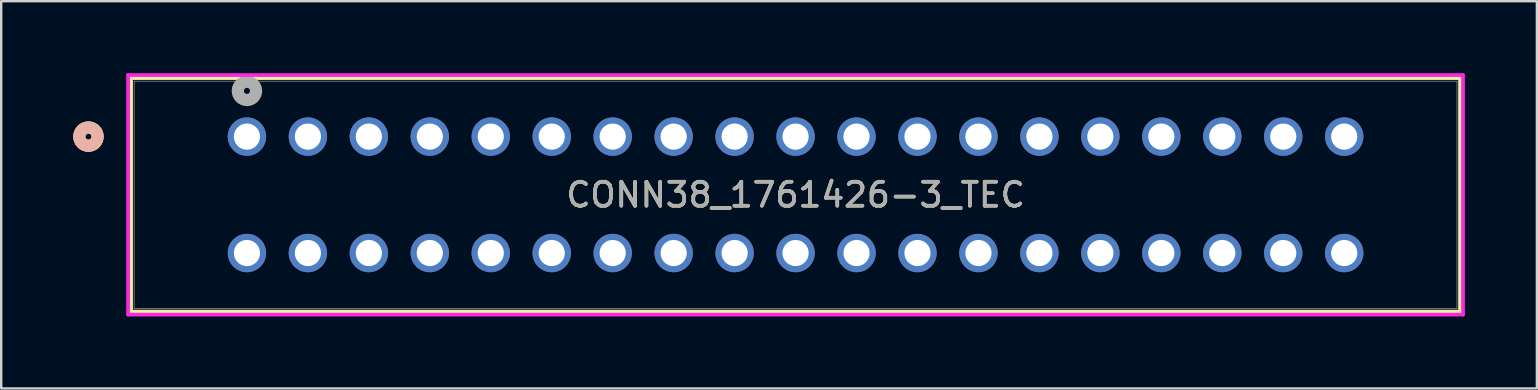
<source format=kicad_pcb>
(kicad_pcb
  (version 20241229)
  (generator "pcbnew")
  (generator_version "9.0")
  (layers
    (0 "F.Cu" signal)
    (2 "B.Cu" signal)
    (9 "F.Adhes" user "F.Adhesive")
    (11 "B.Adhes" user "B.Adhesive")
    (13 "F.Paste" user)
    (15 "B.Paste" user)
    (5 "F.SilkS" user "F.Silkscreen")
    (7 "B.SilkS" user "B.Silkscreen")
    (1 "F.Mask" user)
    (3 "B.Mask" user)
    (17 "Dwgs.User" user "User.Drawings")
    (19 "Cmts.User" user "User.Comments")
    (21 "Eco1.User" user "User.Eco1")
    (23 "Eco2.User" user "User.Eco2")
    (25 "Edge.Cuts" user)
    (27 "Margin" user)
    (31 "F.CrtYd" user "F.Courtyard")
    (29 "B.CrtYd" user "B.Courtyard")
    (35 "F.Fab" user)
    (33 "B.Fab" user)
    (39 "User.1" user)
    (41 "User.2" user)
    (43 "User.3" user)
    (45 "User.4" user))
  (footprint "CONN38_1761426-3_TEC"
    (layer "F.Cu")
    (at 7.239 2.642)
    (property "Reference" "CONN38_1761426-3_TEC" (at 22.86 2.426 0) (unlocked yes) (layer "F.SilkS") (effects (font (size 1 1) (thickness 0.15))))
    (attr through_hole)
    (fp_line (start -4.826 -2.438) (end -4.826 7.29) (stroke (width 0.152) (type solid)) (layer "F.SilkS"))
    (fp_line (start -4.826 7.29) (end 50.546 7.29) (stroke (width 0.152) (type solid)) (layer "F.SilkS"))
    (fp_line (start 50.546 -2.438) (end -4.826 -2.438) (stroke (width 0.152) (type solid)) (layer "F.SilkS"))
    (fp_line (start 50.546 7.29) (end 50.546 -2.438) (stroke (width 0.152) (type solid)) (layer "F.SilkS"))
    (fp_circle (center -6.604 0) (end -6.223 0) (stroke (width 0.508) (type solid)) (fill no) (layer "F.SilkS"))
    (fp_circle (center -6.604 0) (end -6.223 0) (stroke (width 0.508) (type solid)) (fill no) (layer "B.SilkS"))
    (fp_line (start -4.953 -2.565) (end -4.953 7.417) (stroke (width 0.152) (type solid)) (layer "F.CrtYd"))
    (fp_line (start -4.953 7.417) (end 50.673 7.417) (stroke (width 0.152) (type solid)) (layer "F.CrtYd"))
    (fp_line (start 50.673 -2.565) (end -4.953 -2.565) (stroke (width 0.152) (type solid)) (layer "F.CrtYd"))
    (fp_line (start 50.673 7.417) (end 50.673 -2.565) (stroke (width 0.152) (type solid)) (layer "F.CrtYd"))
    (fp_line (start -4.699 -2.311) (end -4.699 7.163) (stroke (width 0.025) (type solid)) (layer "F.Fab"))
    (fp_line (start -4.699 7.163) (end 50.419 7.163) (stroke (width 0.025) (type solid)) (layer "F.Fab"))
    (fp_line (start 50.419 -2.311) (end -4.699 -2.311) (stroke (width 0.025) (type solid)) (layer "F.Fab"))
    (fp_line (start 50.419 7.163) (end 50.419 -2.311) (stroke (width 0.025) (type solid)) (layer "F.Fab"))
    (fp_circle (center 0 -1.905) (end 0.381 -1.905) (stroke (width 0.508) (type solid)) (fill no) (layer "F.Fab"))
    (fp_text user "${REFERENCE}" (at 22.86 2.426 0) (unlocked yes) (layer "F.Fab") (effects (font (size 1 1) (thickness 0.15))))
    (pad "1" thru_hole circle (at 0 0) (size 1.6 1.6) (drill 1.092) (layers "*.Cu" "*.Mask"))
    (pad "2" thru_hole circle (at 2.54 0) (size 1.6 1.6) (drill 1.092) (layers "*.Cu" "*.Mask"))
    (pad "3" thru_hole circle (at 5.08 0) (size 1.6 1.6) (drill 1.092) (layers "*.Cu" "*.Mask"))
    (pad "4" thru_hole circle (at 7.62 0) (size 1.6 1.6) (drill 1.092) (layers "*.Cu" "*.Mask"))
    (pad "5" thru_hole circle (at 10.16 0) (size 1.6 1.6) (drill 1.092) (layers "*.Cu" "*.Mask"))
    (pad "6" thru_hole circle (at 12.7 0) (size 1.6 1.6) (drill 1.092) (layers "*.Cu" "*.Mask"))
    (pad "7" thru_hole circle (at 15.24 0) (size 1.6 1.6) (drill 1.092) (layers "*.Cu" "*.Mask"))
    (pad "8" thru_hole circle (at 17.78 0) (size 1.6 1.6) (drill 1.092) (layers "*.Cu" "*.Mask"))
    (pad "9" thru_hole circle (at 20.32 0) (size 1.6 1.6) (drill 1.092) (layers "*.Cu" "*.Mask"))
    (pad "10" thru_hole circle (at 22.86 0) (size 1.6 1.6) (drill 1.092) (layers "*.Cu" "*.Mask"))
    (pad "11" thru_hole circle (at 25.4 0) (size 1.6 1.6) (drill 1.092) (layers "*.Cu" "*.Mask"))
    (pad "12" thru_hole circle (at 27.94 0) (size 1.6 1.6) (drill 1.092) (layers "*.Cu" "*.Mask"))
    (pad "13" thru_hole circle (at 30.48 0) (size 1.6 1.6) (drill 1.092) (layers "*.Cu" "*.Mask"))
    (pad "14" thru_hole circle (at 33.02 0) (size 1.6 1.6) (drill 1.092) (layers "*.Cu" "*.Mask"))
    (pad "15" thru_hole circle (at 35.56 0) (size 1.6 1.6) (drill 1.092) (layers "*.Cu" "*.Mask"))
    (pad "16" thru_hole circle (at 38.1 0) (size 1.6 1.6) (drill 1.092) (layers "*.Cu" "*.Mask"))
    (pad "17" thru_hole circle (at 40.64 0) (size 1.6 1.6) (drill 1.092) (layers "*.Cu" "*.Mask"))
    (pad "18" thru_hole circle (at 43.18 0) (size 1.6 1.6) (drill 1.092) (layers "*.Cu" "*.Mask"))
    (pad "19" thru_hole circle (at 45.72 0) (size 1.6 1.6) (drill 1.092) (layers "*.Cu" "*.Mask"))
    (pad "20" thru_hole circle (at 0 4.851) (size 1.6 1.6) (drill 1.092) (layers "*.Cu" "*.Mask"))
    (pad "21" thru_hole circle (at 2.54 4.851) (size 1.6 1.6) (drill 1.092) (layers "*.Cu" "*.Mask"))
    (pad "22" thru_hole circle (at 5.08 4.851) (size 1.6 1.6) (drill 1.092) (layers "*.Cu" "*.Mask"))
    (pad "23" thru_hole circle (at 7.62 4.851) (size 1.6 1.6) (drill 1.092) (layers "*.Cu" "*.Mask"))
    (pad "24" thru_hole circle (at 10.16 4.851) (size 1.6 1.6) (drill 1.092) (layers "*.Cu" "*.Mask"))
    (pad "25" thru_hole circle (at 12.7 4.851) (size 1.6 1.6) (drill 1.092) (layers "*.Cu" "*.Mask"))
    (pad "26" thru_hole circle (at 15.24 4.851) (size 1.6 1.6) (drill 1.092) (layers "*.Cu" "*.Mask"))
    (pad "27" thru_hole circle (at 17.78 4.851) (size 1.6 1.6) (drill 1.092) (layers "*.Cu" "*.Mask"))
    (pad "28" thru_hole circle (at 20.32 4.851) (size 1.6 1.6) (drill 1.092) (layers "*.Cu" "*.Mask"))
    (pad "29" thru_hole circle (at 22.86 4.851) (size 1.6 1.6) (drill 1.092) (layers "*.Cu" "*.Mask"))
    (pad "30" thru_hole circle (at 25.4 4.851) (size 1.6 1.6) (drill 1.092) (layers "*.Cu" "*.Mask"))
    (pad "31" thru_hole circle (at 27.94 4.851) (size 1.6 1.6) (drill 1.092) (layers "*.Cu" "*.Mask"))
    (pad "32" thru_hole circle (at 30.48 4.851) (size 1.6 1.6) (drill 1.092) (layers "*.Cu" "*.Mask"))
    (pad "33" thru_hole circle (at 33.02 4.851) (size 1.6 1.6) (drill 1.092) (layers "*.Cu" "*.Mask"))
    (pad "34" thru_hole circle (at 35.56 4.851) (size 1.6 1.6) (drill 1.092) (layers "*.Cu" "*.Mask"))
    (pad "35" thru_hole circle (at 38.1 4.851) (size 1.6 1.6) (drill 1.092) (layers "*.Cu" "*.Mask"))
    (pad "36" thru_hole circle (at 40.64 4.851) (size 1.6 1.6) (drill 1.092) (layers "*.Cu" "*.Mask"))
    (pad "37" thru_hole circle (at 43.18 4.851) (size 1.6 1.6) (drill 1.092) (layers "*.Cu" "*.Mask"))
    (pad "38" thru_hole circle (at 45.72 4.851) (size 1.6 1.6) (drill 1.092) (layers "*.Cu" "*.Mask")))
  (gr_rect
    (start -3 -3)
    (end 60.988 13.135)
    (stroke (width 0.1) (type default))
    (fill no)
    (layer "Edge.Cuts")))
</source>
